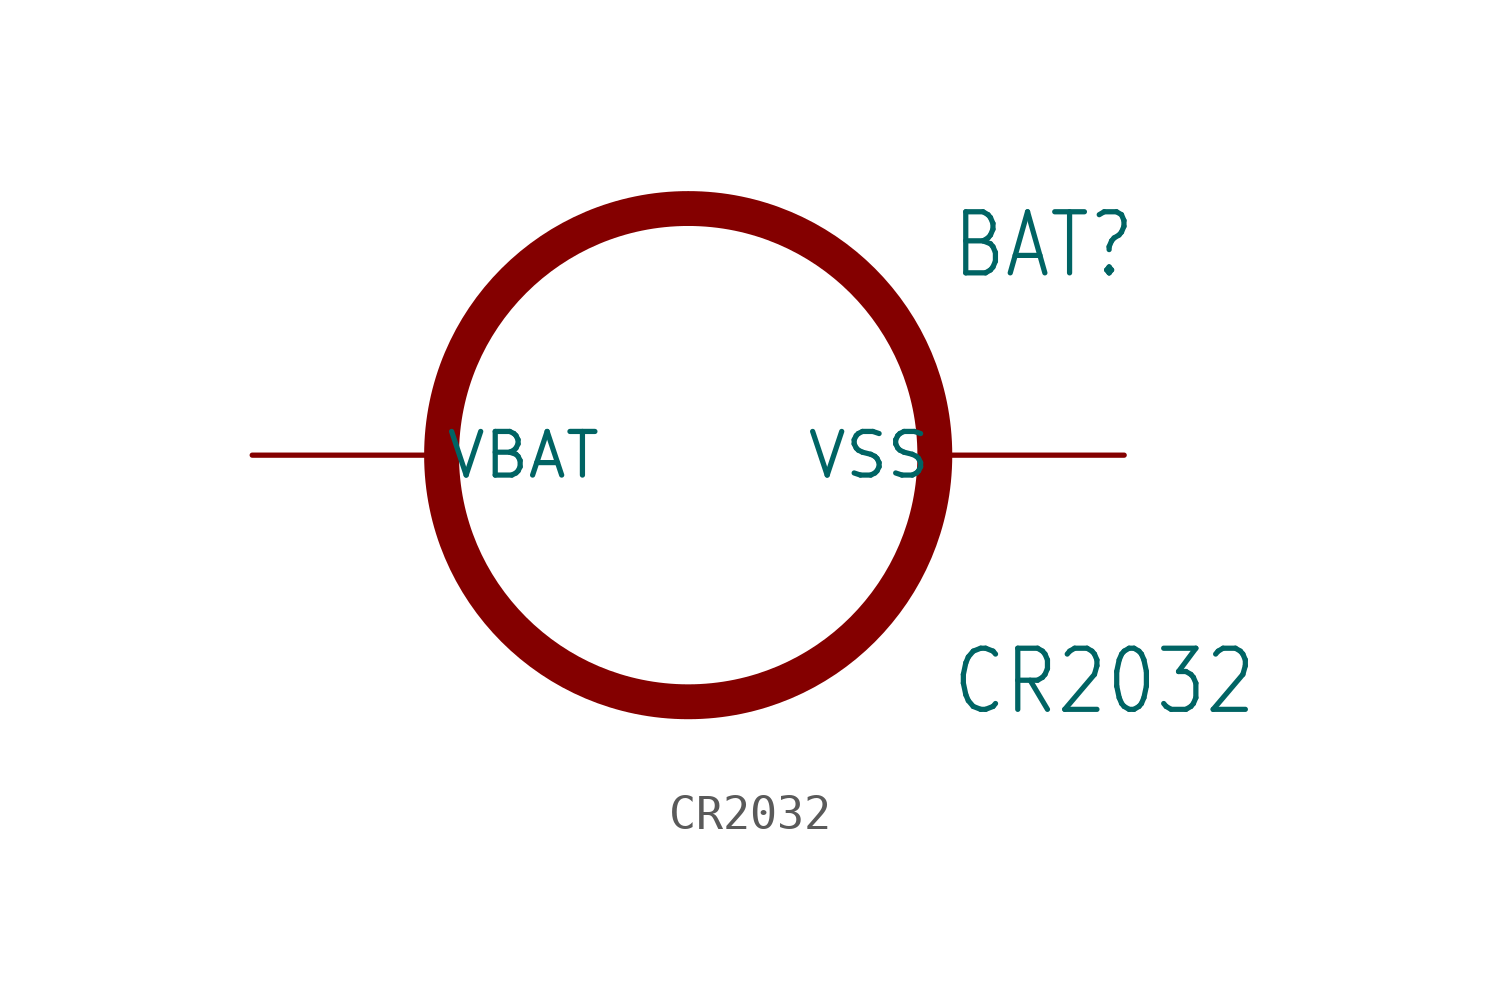
<source format=kicad_sym>
(kicad_symbol_lib
  (version 20211014)
  (generator kicad_symbol_editor)
  (symbol "CR2032"
    (property "Reference" "BAT"
      (at 7.625 5.085 0)
      (effects (font (size 1.779 1.512)) (justify left bottom)))
    (property "Value" "CR2032"
      (at 7.627 -7.63 0)
      (effects (font (size 1.78 1.513)) (justify left bottom)))
    (property "ki_locked" ""
      (at 0 0 0)
      (effects (font (size 1.27 1.27))))
    (symbol "CR2032_1_0"
      (circle (center 0 0) (radius 7.184) (stroke (width 1.016) (type default) (color 0 0 0 0)) (fill (type none)))
      (pin power_in line (at -12.7 0 0) (length 5.08) (name "VBAT" (effects (font (size 1.27 1.27)))) (number "P$1" (effects (font (size 0 0)))))
      (pin power_in line (at 12.7 0 180) (length 5.08) (name "VSS" (effects (font (size 1.27 1.27)))) (number "P$2" (effects (font (size 0 0))))))))
</source>
